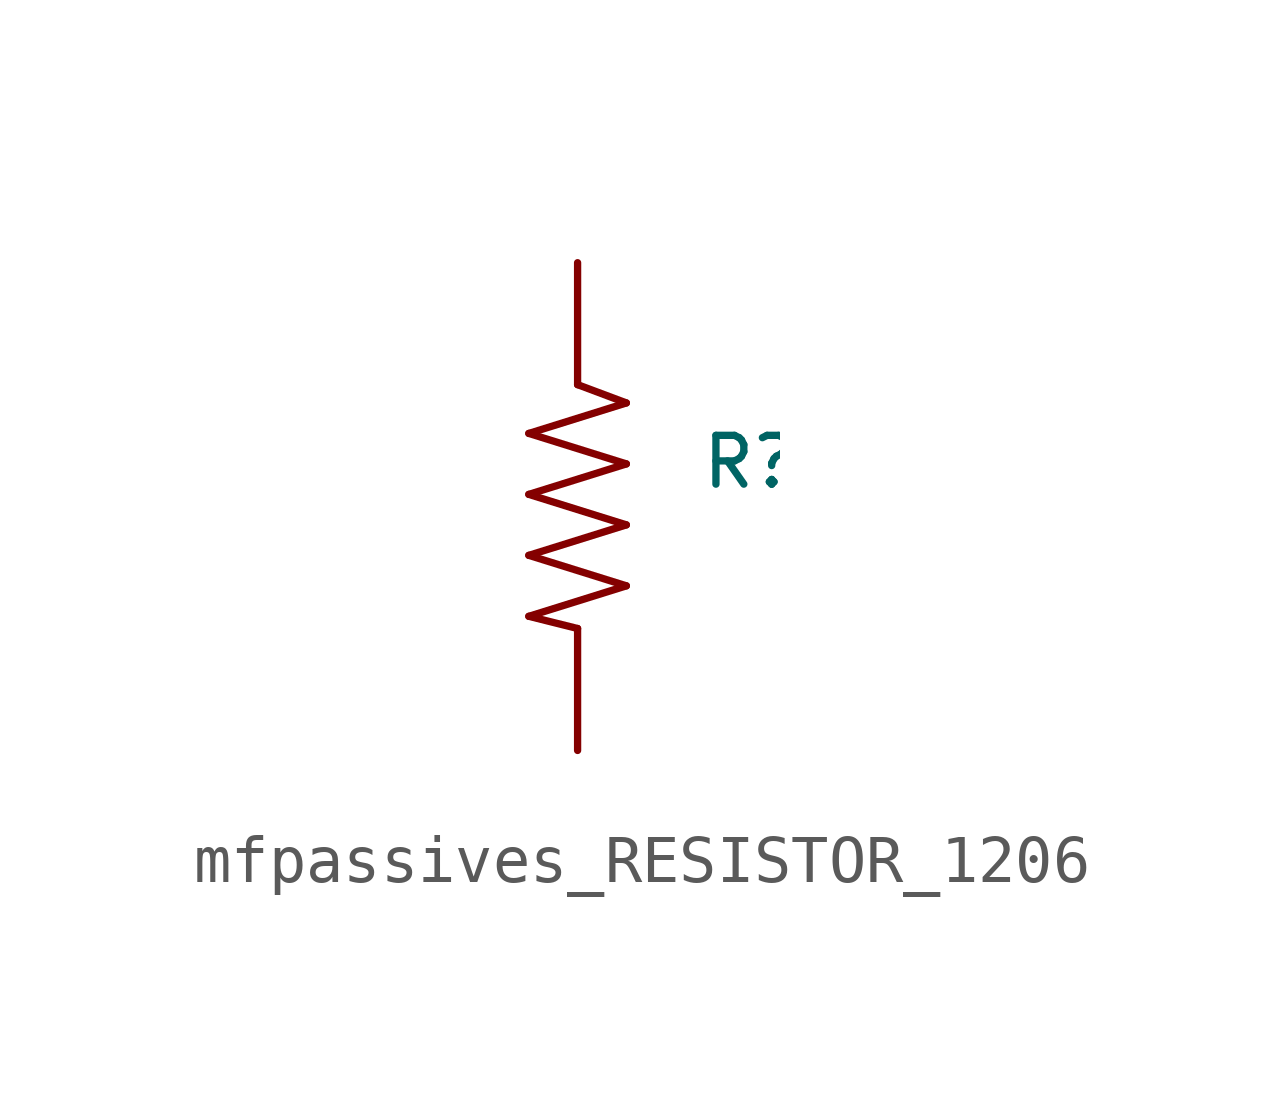
<source format=kicad_sym>
(kicad_symbol_lib
  (version 20241209)
  (generator "kicad_symbol_editor")
  (generator_version "9.0")
  (symbol "mfpassives_RESISTOR_1206"
    (property "Reference" "R"
      (at 2.54 1.524 0)
      (effects (font (size 1.016 1.016)) (justify left top)))
    (property "Value" ""
      (at 2.54 -1.524 0)
      (effects (font (size 1.016 1.016)) (justify left bottom)))
    (property "ki_locked" ""
      (at 0 0 0)
      (effects (font (size 1.27 1.27))))
    (symbol "mfpassives_RESISTOR_1206_1_0"
      (polyline (pts (xy -1.016 1.524) (xy 1.016 0.889)) (stroke (width 0.152) (type solid)) (fill (type none)))
      (polyline (pts (xy -1.016 0.254) (xy 1.016 -0.381)) (stroke (width 0.152) (type solid)) (fill (type none)))
      (polyline (pts (xy -1.016 -1.016) (xy 1.016 -1.651)) (stroke (width 0.152) (type solid)) (fill (type none)))
      (polyline (pts (xy -1.016 -2.286) (xy 0 -2.54)) (stroke (width 0.152) (type solid)) (fill (type none)))
      (polyline (pts (xy 0 2.54) (xy 1.016 2.159)) (stroke (width 0.152) (type solid)) (fill (type none)))
      (polyline (pts (xy 1.016 2.159) (xy -1.016 1.524)) (stroke (width 0.152) (type solid)) (fill (type none)))
      (polyline (pts (xy 1.016 0.889) (xy -1.016 0.254)) (stroke (width 0.152) (type solid)) (fill (type none)))
      (polyline (pts (xy 1.016 -0.381) (xy -1.016 -1.016)) (stroke (width 0.152) (type solid)) (fill (type none)))
      (polyline (pts (xy 1.016 -1.651) (xy -1.016 -2.286)) (stroke (width 0.152) (type solid)) (fill (type none)))
      (pin passive line (at 0 5.08 270) (length 2.54) (name "P$1" (effects (font (size 0 0)))) (number "P$1" (effects (font (size 0 0)))))
      (pin passive line (at 0 -5.08 90) (length 2.54) (name "P$2" (effects (font (size 0 0)))) (number "P$2" (effects (font (size 0 0))))))))
</source>
